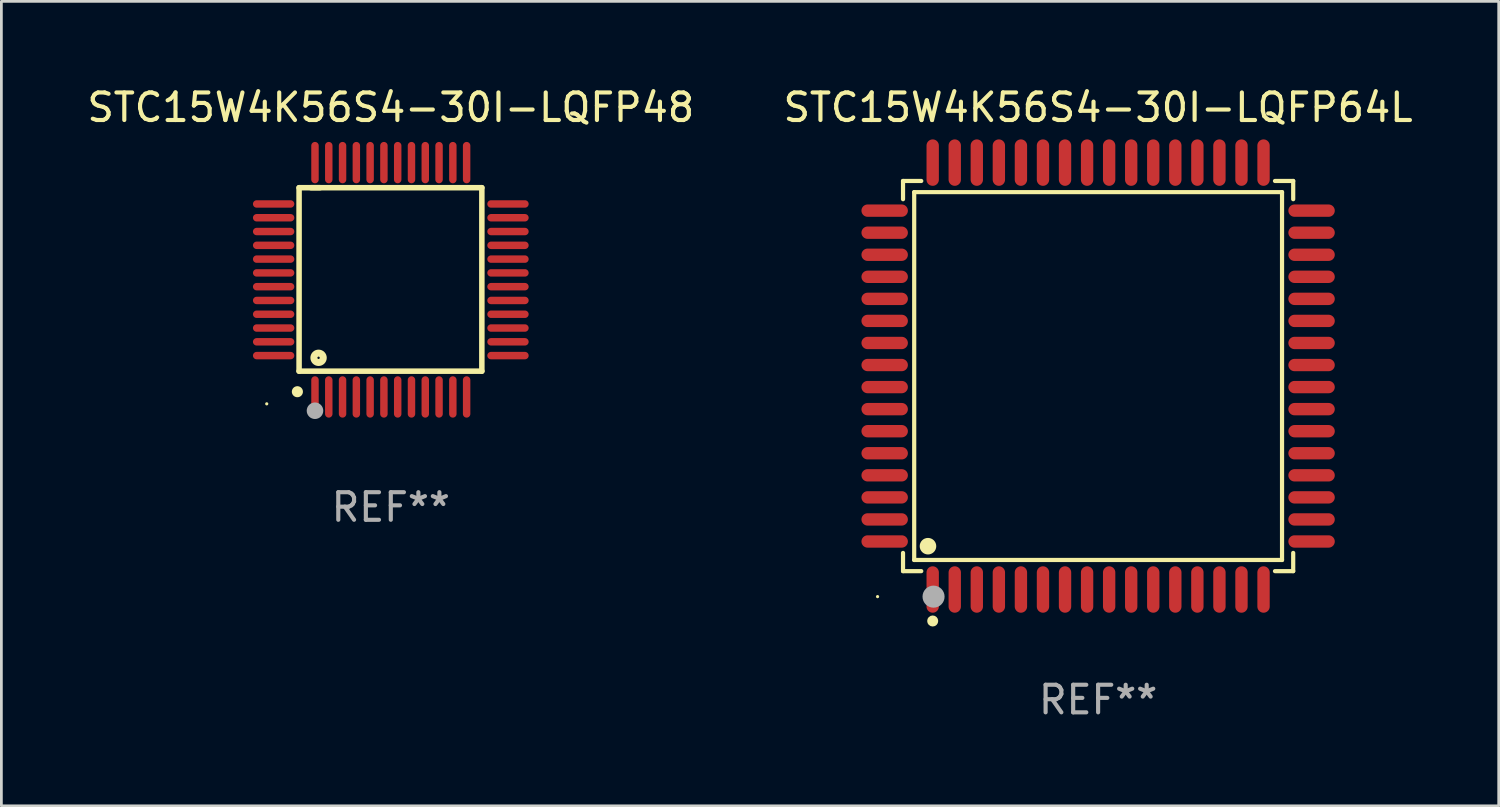
<source format=kicad_pcb>
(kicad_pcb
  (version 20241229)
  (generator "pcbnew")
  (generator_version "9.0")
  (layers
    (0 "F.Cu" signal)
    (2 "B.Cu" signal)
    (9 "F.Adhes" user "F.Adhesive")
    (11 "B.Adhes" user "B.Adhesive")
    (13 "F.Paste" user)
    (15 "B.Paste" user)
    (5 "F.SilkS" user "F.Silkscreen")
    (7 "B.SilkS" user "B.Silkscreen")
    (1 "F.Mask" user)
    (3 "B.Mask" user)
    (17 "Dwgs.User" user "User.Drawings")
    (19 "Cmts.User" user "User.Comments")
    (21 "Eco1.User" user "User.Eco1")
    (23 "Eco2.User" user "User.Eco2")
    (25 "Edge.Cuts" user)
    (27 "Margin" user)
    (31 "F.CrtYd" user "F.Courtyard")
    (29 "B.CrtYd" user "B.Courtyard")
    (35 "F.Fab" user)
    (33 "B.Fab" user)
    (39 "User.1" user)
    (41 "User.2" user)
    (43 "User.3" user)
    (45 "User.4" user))
  (footprint "STC15W4K56S4-30I-LQFP64L"
    (layer "F.Cu")
    (at 36.78 10.59)
    (property "Reference" "STC15W4K56S4-30I-LQFP64L" (at 0 -9.742 0) (layer "F.SilkS") (effects (font (size 1 1) (thickness 0.15))))
    (attr through_hole)
    (fp_line (start -7.076 -7.076) (end -6.415 -7.076) (stroke (width 0.152) (type solid)) (layer "F.SilkS"))
    (fp_line (start -7.076 -6.415) (end -7.076 -7.076) (stroke (width 0.152) (type solid)) (layer "F.SilkS"))
    (fp_line (start -7.076 6.415) (end -7.076 7.076) (stroke (width 0.152) (type solid)) (layer "F.SilkS"))
    (fp_line (start -7.076 7.076) (end -6.415 7.076) (stroke (width 0.152) (type solid)) (layer "F.SilkS"))
    (fp_line (start -6.671 -6.671) (end 6.671 -6.671) (stroke (width 0.152) (type solid)) (layer "F.SilkS"))
    (fp_line (start -6.671 6.671) (end -6.671 -6.671) (stroke (width 0.152) (type solid)) (layer "F.SilkS"))
    (fp_line (start 6.671 -6.671) (end 6.671 6.671) (stroke (width 0.152) (type solid)) (layer "F.SilkS"))
    (fp_line (start 6.671 6.671) (end -6.671 6.671) (stroke (width 0.152) (type solid)) (layer "F.SilkS"))
    (fp_line (start 7.076 -7.076) (end 6.415 -7.076) (stroke (width 0.152) (type solid)) (layer "F.SilkS"))
    (fp_line (start 7.076 -6.415) (end 7.076 -7.076) (stroke (width 0.152) (type solid)) (layer "F.SilkS"))
    (fp_line (start 7.076 6.415) (end 7.076 7.076) (stroke (width 0.152) (type solid)) (layer "F.SilkS"))
    (fp_line (start 7.076 7.076) (end 6.415 7.076) (stroke (width 0.152) (type solid)) (layer "F.SilkS"))
    (fp_circle (center -8 8) (end -7.97 8) (stroke (width 0.06) (type solid)) (fill no) (layer "F.SilkS"))
    (fp_circle (center -6.171 6.171) (end -6.021 6.171) (stroke (width 0.3) (type solid)) (fill no) (layer "F.SilkS"))
    (fp_circle (center -6 8.884) (end -5.9 8.884) (stroke (width 0.2) (type solid)) (fill no) (layer "F.SilkS"))
    (fp_circle (center -5.969 8.001) (end -5.769 8.001) (stroke (width 0.4) (type solid)) (fill no) (layer "F.Fab"))
    (fp_text user "REF**" (at 0 11.742 0) (layer "F.Fab") (effects (font (size 1 1) (thickness 0.15))))
    (pad "1" smd oval (at -6 7.742) (size 0.448 1.684) (layers "F.Cu" "F.Mask" "F.Paste"))
    (pad "2" smd oval (at -5.2 7.742) (size 0.448 1.684) (layers "F.Cu" "F.Mask" "F.Paste"))
    (pad "3" smd oval (at -4.4 7.742) (size 0.448 1.684) (layers "F.Cu" "F.Mask" "F.Paste"))
    (pad "4" smd oval (at -3.6 7.742) (size 0.448 1.684) (layers "F.Cu" "F.Mask" "F.Paste"))
    (pad "5" smd oval (at -2.8 7.742) (size 0.448 1.684) (layers "F.Cu" "F.Mask" "F.Paste"))
    (pad "6" smd oval (at -2 7.742) (size 0.448 1.684) (layers "F.Cu" "F.Mask" "F.Paste"))
    (pad "7" smd oval (at -1.2 7.742) (size 0.448 1.684) (layers "F.Cu" "F.Mask" "F.Paste"))
    (pad "8" smd oval (at -0.4 7.742) (size 0.448 1.684) (layers "F.Cu" "F.Mask" "F.Paste"))
    (pad "9" smd oval (at 0.4 7.742) (size 0.448 1.684) (layers "F.Cu" "F.Mask" "F.Paste"))
    (pad "10" smd oval (at 1.2 7.742) (size 0.448 1.684) (layers "F.Cu" "F.Mask" "F.Paste"))
    (pad "11" smd oval (at 2 7.742) (size 0.448 1.684) (layers "F.Cu" "F.Mask" "F.Paste"))
    (pad "12" smd oval (at 2.8 7.742) (size 0.448 1.684) (layers "F.Cu" "F.Mask" "F.Paste"))
    (pad "13" smd oval (at 3.6 7.742) (size 0.448 1.684) (layers "F.Cu" "F.Mask" "F.Paste"))
    (pad "14" smd oval (at 4.4 7.742) (size 0.448 1.684) (layers "F.Cu" "F.Mask" "F.Paste"))
    (pad "15" smd oval (at 5.2 7.742) (size 0.448 1.684) (layers "F.Cu" "F.Mask" "F.Paste"))
    (pad "16" smd oval (at 6 7.742) (size 0.448 1.684) (layers "F.Cu" "F.Mask" "F.Paste"))
    (pad "17" smd oval (at 7.742 6) (size 1.684 0.448) (layers "F.Cu" "F.Mask" "F.Paste"))
    (pad "18" smd oval (at 7.742 5.2) (size 1.684 0.448) (layers "F.Cu" "F.Mask" "F.Paste"))
    (pad "19" smd oval (at 7.742 4.4) (size 1.684 0.448) (layers "F.Cu" "F.Mask" "F.Paste"))
    (pad "20" smd oval (at 7.742 3.6) (size 1.684 0.448) (layers "F.Cu" "F.Mask" "F.Paste"))
    (pad "21" smd oval (at 7.742 2.8) (size 1.684 0.448) (layers "F.Cu" "F.Mask" "F.Paste"))
    (pad "22" smd oval (at 7.742 2) (size 1.684 0.448) (layers "F.Cu" "F.Mask" "F.Paste"))
    (pad "23" smd oval (at 7.742 1.2) (size 1.684 0.448) (layers "F.Cu" "F.Mask" "F.Paste"))
    (pad "24" smd oval (at 7.742 0.4) (size 1.684 0.448) (layers "F.Cu" "F.Mask" "F.Paste"))
    (pad "25" smd oval (at 7.742 -0.4) (size 1.684 0.448) (layers "F.Cu" "F.Mask" "F.Paste"))
    (pad "26" smd oval (at 7.742 -1.2) (size 1.684 0.448) (layers "F.Cu" "F.Mask" "F.Paste"))
    (pad "27" smd oval (at 7.742 -2) (size 1.684 0.448) (layers "F.Cu" "F.Mask" "F.Paste"))
    (pad "28" smd oval (at 7.742 -2.8) (size 1.684 0.448) (layers "F.Cu" "F.Mask" "F.Paste"))
    (pad "29" smd oval (at 7.742 -3.6) (size 1.684 0.448) (layers "F.Cu" "F.Mask" "F.Paste"))
    (pad "30" smd oval (at 7.742 -4.4) (size 1.684 0.448) (layers "F.Cu" "F.Mask" "F.Paste"))
    (pad "31" smd oval (at 7.742 -5.2) (size 1.684 0.448) (layers "F.Cu" "F.Mask" "F.Paste"))
    (pad "32" smd oval (at 7.742 -6) (size 1.684 0.448) (layers "F.Cu" "F.Mask" "F.Paste"))
    (pad "33" smd oval (at 6 -7.742) (size 0.448 1.684) (layers "F.Cu" "F.Mask" "F.Paste"))
    (pad "34" smd oval (at 5.2 -7.742) (size 0.448 1.684) (layers "F.Cu" "F.Mask" "F.Paste"))
    (pad "35" smd oval (at 4.4 -7.742) (size 0.448 1.684) (layers "F.Cu" "F.Mask" "F.Paste"))
    (pad "36" smd oval (at 3.6 -7.742) (size 0.448 1.684) (layers "F.Cu" "F.Mask" "F.Paste"))
    (pad "37" smd oval (at 2.8 -7.742) (size 0.448 1.684) (layers "F.Cu" "F.Mask" "F.Paste"))
    (pad "38" smd oval (at 2 -7.742) (size 0.448 1.684) (layers "F.Cu" "F.Mask" "F.Paste"))
    (pad "39" smd oval (at 1.2 -7.742) (size 0.448 1.684) (layers "F.Cu" "F.Mask" "F.Paste"))
    (pad "40" smd oval (at 0.4 -7.742) (size 0.448 1.684) (layers "F.Cu" "F.Mask" "F.Paste"))
    (pad "41" smd oval (at -0.4 -7.742) (size 0.448 1.684) (layers "F.Cu" "F.Mask" "F.Paste"))
    (pad "42" smd oval (at -1.2 -7.742) (size 0.448 1.684) (layers "F.Cu" "F.Mask" "F.Paste"))
    (pad "43" smd oval (at -2 -7.742) (size 0.448 1.684) (layers "F.Cu" "F.Mask" "F.Paste"))
    (pad "44" smd oval (at -2.8 -7.742) (size 0.448 1.684) (layers "F.Cu" "F.Mask" "F.Paste"))
    (pad "45" smd oval (at -3.6 -7.742) (size 0.448 1.684) (layers "F.Cu" "F.Mask" "F.Paste"))
    (pad "46" smd oval (at -4.4 -7.742) (size 0.448 1.684) (layers "F.Cu" "F.Mask" "F.Paste"))
    (pad "47" smd oval (at -5.2 -7.742) (size 0.448 1.684) (layers "F.Cu" "F.Mask" "F.Paste"))
    (pad "48" smd oval (at -6 -7.742) (size 0.448 1.684) (layers "F.Cu" "F.Mask" "F.Paste"))
    (pad "49" smd oval (at -7.742 -6) (size 1.684 0.448) (layers "F.Cu" "F.Mask" "F.Paste"))
    (pad "50" smd oval (at -7.742 -5.2) (size 1.684 0.448) (layers "F.Cu" "F.Mask" "F.Paste"))
    (pad "51" smd oval (at -7.742 -4.4) (size 1.684 0.448) (layers "F.Cu" "F.Mask" "F.Paste"))
    (pad "52" smd oval (at -7.742 -3.6) (size 1.684 0.448) (layers "F.Cu" "F.Mask" "F.Paste"))
    (pad "53" smd oval (at -7.742 -2.8) (size 1.684 0.448) (layers "F.Cu" "F.Mask" "F.Paste"))
    (pad "54" smd oval (at -7.742 -2) (size 1.684 0.448) (layers "F.Cu" "F.Mask" "F.Paste"))
    (pad "55" smd oval (at -7.742 -1.2) (size 1.684 0.448) (layers "F.Cu" "F.Mask" "F.Paste"))
    (pad "56" smd oval (at -7.742 -0.4) (size 1.684 0.448) (layers "F.Cu" "F.Mask" "F.Paste"))
    (pad "57" smd oval (at -7.742 0.4) (size 1.684 0.448) (layers "F.Cu" "F.Mask" "F.Paste"))
    (pad "58" smd oval (at -7.742 1.2) (size 1.684 0.448) (layers "F.Cu" "F.Mask" "F.Paste"))
    (pad "59" smd oval (at -7.742 2) (size 1.684 0.448) (layers "F.Cu" "F.Mask" "F.Paste"))
    (pad "60" smd oval (at -7.742 2.8) (size 1.684 0.448) (layers "F.Cu" "F.Mask" "F.Paste"))
    (pad "61" smd oval (at -7.742 3.6) (size 1.684 0.448) (layers "F.Cu" "F.Mask" "F.Paste"))
    (pad "62" smd oval (at -7.742 4.4) (size 1.684 0.448) (layers "F.Cu" "F.Mask" "F.Paste"))
    (pad "63" smd oval (at -7.742 5.2) (size 1.684 0.448) (layers "F.Cu" "F.Mask" "F.Paste"))
    (pad "64" smd oval (at -7.742 6) (size 1.684 0.448) (layers "F.Cu" "F.Mask" "F.Paste")))
  (footprint "STC15W4K56S4-30I-LQFP48"
    (layer "F.Cu")
    (at 11.125 7.098)
    (property "Reference" "STC15W4K56S4-30I-LQFP48" (at 0 -6.25 0) (layer "F.SilkS") (effects (font (size 1 1) (thickness 0.15))))
    (attr through_hole)
    (fp_line (start -3.327 -3.34) (end -2.565 -3.34) (stroke (width 0.2) (type solid)) (layer "F.SilkS"))
    (fp_line (start -3.327 3.315) (end -3.327 -3.34) (stroke (width 0.2) (type solid)) (layer "F.SilkS"))
    (fp_line (start -2.896 -3.34) (end 3.302 -3.34) (stroke (width 0.2) (type solid)) (layer "F.SilkS"))
    (fp_line (start 3.302 -3.34) (end 3.302 3.315) (stroke (width 0.2) (type solid)) (layer "F.SilkS"))
    (fp_line (start 3.302 3.315) (end -3.327 3.315) (stroke (width 0.2) (type solid)) (layer "F.SilkS"))
    (fp_arc (start -3.389992 4.059995) (mid -3.388722 4.059991) (end -3.387452 4.059995) (stroke (width 0.4) (type solid)) (layer "F.SilkS"))
    (fp_circle (center -4.5 4.5) (end -4.47 4.5) (stroke (width 0.06) (type solid)) (fill no) (layer "F.SilkS"))
    (fp_circle (center -2.62 2.83) (end -2.45 2.83) (stroke (width 0.254) (type solid)) (fill no) (layer "F.SilkS"))
    (fp_circle (center -2.75 4.75) (end -2.6 4.75) (stroke (width 0.3) (type solid)) (fill no) (layer "F.Fab"))
    (fp_text user "REF**" (at 0 8.25 0) (layer "F.Fab") (effects (font (size 1 1) (thickness 0.15))))
    (pad "1" smd oval (at -2.75 4.25) (size 0.27 1.5) (layers "F.Cu" "F.Mask" "F.Paste"))
    (pad "2" smd oval (at -2.25 4.25) (size 0.27 1.5) (layers "F.Cu" "F.Mask" "F.Paste"))
    (pad "3" smd oval (at -1.75 4.25) (size 0.27 1.5) (layers "F.Cu" "F.Mask" "F.Paste"))
    (pad "4" smd oval (at -1.25 4.25) (size 0.27 1.5) (layers "F.Cu" "F.Mask" "F.Paste"))
    (pad "5" smd oval (at -0.75 4.25) (size 0.27 1.5) (layers "F.Cu" "F.Mask" "F.Paste"))
    (pad "6" smd oval (at -0.25 4.25) (size 0.27 1.5) (layers "F.Cu" "F.Mask" "F.Paste"))
    (pad "7" smd oval (at 0.25 4.25) (size 0.27 1.5) (layers "F.Cu" "F.Mask" "F.Paste"))
    (pad "8" smd oval (at 0.75 4.25) (size 0.27 1.5) (layers "F.Cu" "F.Mask" "F.Paste"))
    (pad "9" smd oval (at 1.25 4.25) (size 0.27 1.5) (layers "F.Cu" "F.Mask" "F.Paste"))
    (pad "10" smd oval (at 1.75 4.25) (size 0.27 1.5) (layers "F.Cu" "F.Mask" "F.Paste"))
    (pad "11" smd oval (at 2.25 4.25) (size 0.27 1.5) (layers "F.Cu" "F.Mask" "F.Paste"))
    (pad "12" smd oval (at 2.75 4.25) (size 0.27 1.5) (layers "F.Cu" "F.Mask" "F.Paste"))
    (pad "13" smd oval (at 4.25 2.75) (size 1.5 0.27) (layers "F.Cu" "F.Mask" "F.Paste"))
    (pad "14" smd oval (at 4.25 2.25) (size 1.5 0.27) (layers "F.Cu" "F.Mask" "F.Paste"))
    (pad "15" smd oval (at 4.25 1.75) (size 1.5 0.27) (layers "F.Cu" "F.Mask" "F.Paste"))
    (pad "16" smd oval (at 4.25 1.25) (size 1.5 0.27) (layers "F.Cu" "F.Mask" "F.Paste"))
    (pad "17" smd oval (at 4.25 0.75) (size 1.5 0.27) (layers "F.Cu" "F.Mask" "F.Paste"))
    (pad "18" smd oval (at 4.25 0.25) (size 1.5 0.27) (layers "F.Cu" "F.Mask" "F.Paste"))
    (pad "19" smd oval (at 4.25 -0.25) (size 1.5 0.27) (layers "F.Cu" "F.Mask" "F.Paste"))
    (pad "20" smd oval (at 4.25 -0.75) (size 1.5 0.27) (layers "F.Cu" "F.Mask" "F.Paste"))
    (pad "21" smd oval (at 4.25 -1.25) (size 1.5 0.27) (layers "F.Cu" "F.Mask" "F.Paste"))
    (pad "22" smd oval (at 4.25 -1.75) (size 1.5 0.27) (layers "F.Cu" "F.Mask" "F.Paste"))
    (pad "23" smd oval (at 4.25 -2.25) (size 1.5 0.27) (layers "F.Cu" "F.Mask" "F.Paste"))
    (pad "24" smd oval (at 4.25 -2.75) (size 1.5 0.27) (layers "F.Cu" "F.Mask" "F.Paste"))
    (pad "25" smd oval (at 2.75 -4.25) (size 0.27 1.5) (layers "F.Cu" "F.Mask" "F.Paste"))
    (pad "26" smd oval (at 2.25 -4.25) (size 0.27 1.5) (layers "F.Cu" "F.Mask" "F.Paste"))
    (pad "27" smd oval (at 1.75 -4.25) (size 0.27 1.5) (layers "F.Cu" "F.Mask" "F.Paste"))
    (pad "28" smd oval (at 1.25 -4.25) (size 0.27 1.5) (layers "F.Cu" "F.Mask" "F.Paste"))
    (pad "29" smd oval (at 0.75 -4.25) (size 0.27 1.5) (layers "F.Cu" "F.Mask" "F.Paste"))
    (pad "30" smd oval (at 0.25 -4.25) (size 0.27 1.5) (layers "F.Cu" "F.Mask" "F.Paste"))
    (pad "31" smd oval (at -0.25 -4.25) (size 0.27 1.5) (layers "F.Cu" "F.Mask" "F.Paste"))
    (pad "32" smd oval (at -0.75 -4.25) (size 0.27 1.5) (layers "F.Cu" "F.Mask" "F.Paste"))
    (pad "33" smd oval (at -1.25 -4.25) (size 0.27 1.5) (layers "F.Cu" "F.Mask" "F.Paste"))
    (pad "34" smd oval (at -1.75 -4.25) (size 0.27 1.5) (layers "F.Cu" "F.Mask" "F.Paste"))
    (pad "35" smd oval (at -2.25 -4.25) (size 0.27 1.5) (layers "F.Cu" "F.Mask" "F.Paste"))
    (pad "36" smd oval (at -2.75 -4.25) (size 0.27 1.5) (layers "F.Cu" "F.Mask" "F.Paste"))
    (pad "37" smd oval (at -4.25 -2.75) (size 1.5 0.27) (layers "F.Cu" "F.Mask" "F.Paste"))
    (pad "38" smd oval (at -4.25 -2.25) (size 1.5 0.27) (layers "F.Cu" "F.Mask" "F.Paste"))
    (pad "39" smd oval (at -4.25 -1.75) (size 1.5 0.27) (layers "F.Cu" "F.Mask" "F.Paste"))
    (pad "40" smd oval (at -4.25 -1.25) (size 1.5 0.27) (layers "F.Cu" "F.Mask" "F.Paste"))
    (pad "41" smd oval (at -4.25 -0.75) (size 1.5 0.27) (layers "F.Cu" "F.Mask" "F.Paste"))
    (pad "42" smd oval (at -4.25 -0.25) (size 1.5 0.27) (layers "F.Cu" "F.Mask" "F.Paste"))
    (pad "43" smd oval (at -4.25 0.25) (size 1.5 0.27) (layers "F.Cu" "F.Mask" "F.Paste"))
    (pad "44" smd oval (at -4.25 0.75) (size 1.5 0.27) (layers "F.Cu" "F.Mask" "F.Paste"))
    (pad "45" smd oval (at -4.25 1.25) (size 1.5 0.27) (layers "F.Cu" "F.Mask" "F.Paste"))
    (pad "46" smd oval (at -4.25 1.75) (size 1.5 0.27) (layers "F.Cu" "F.Mask" "F.Paste"))
    (pad "47" smd oval (at -4.25 2.25) (size 1.5 0.27) (layers "F.Cu" "F.Mask" "F.Paste"))
    (pad "48" smd oval (at -4.25 2.75) (size 1.5 0.27) (layers "F.Cu" "F.Mask" "F.Paste")))
  (gr_rect
    (start -3 -3)
    (end 51.31 26.18)
    (stroke (width 0.1) (type default))
    (fill no)
    (layer "Edge.Cuts")))
</source>
